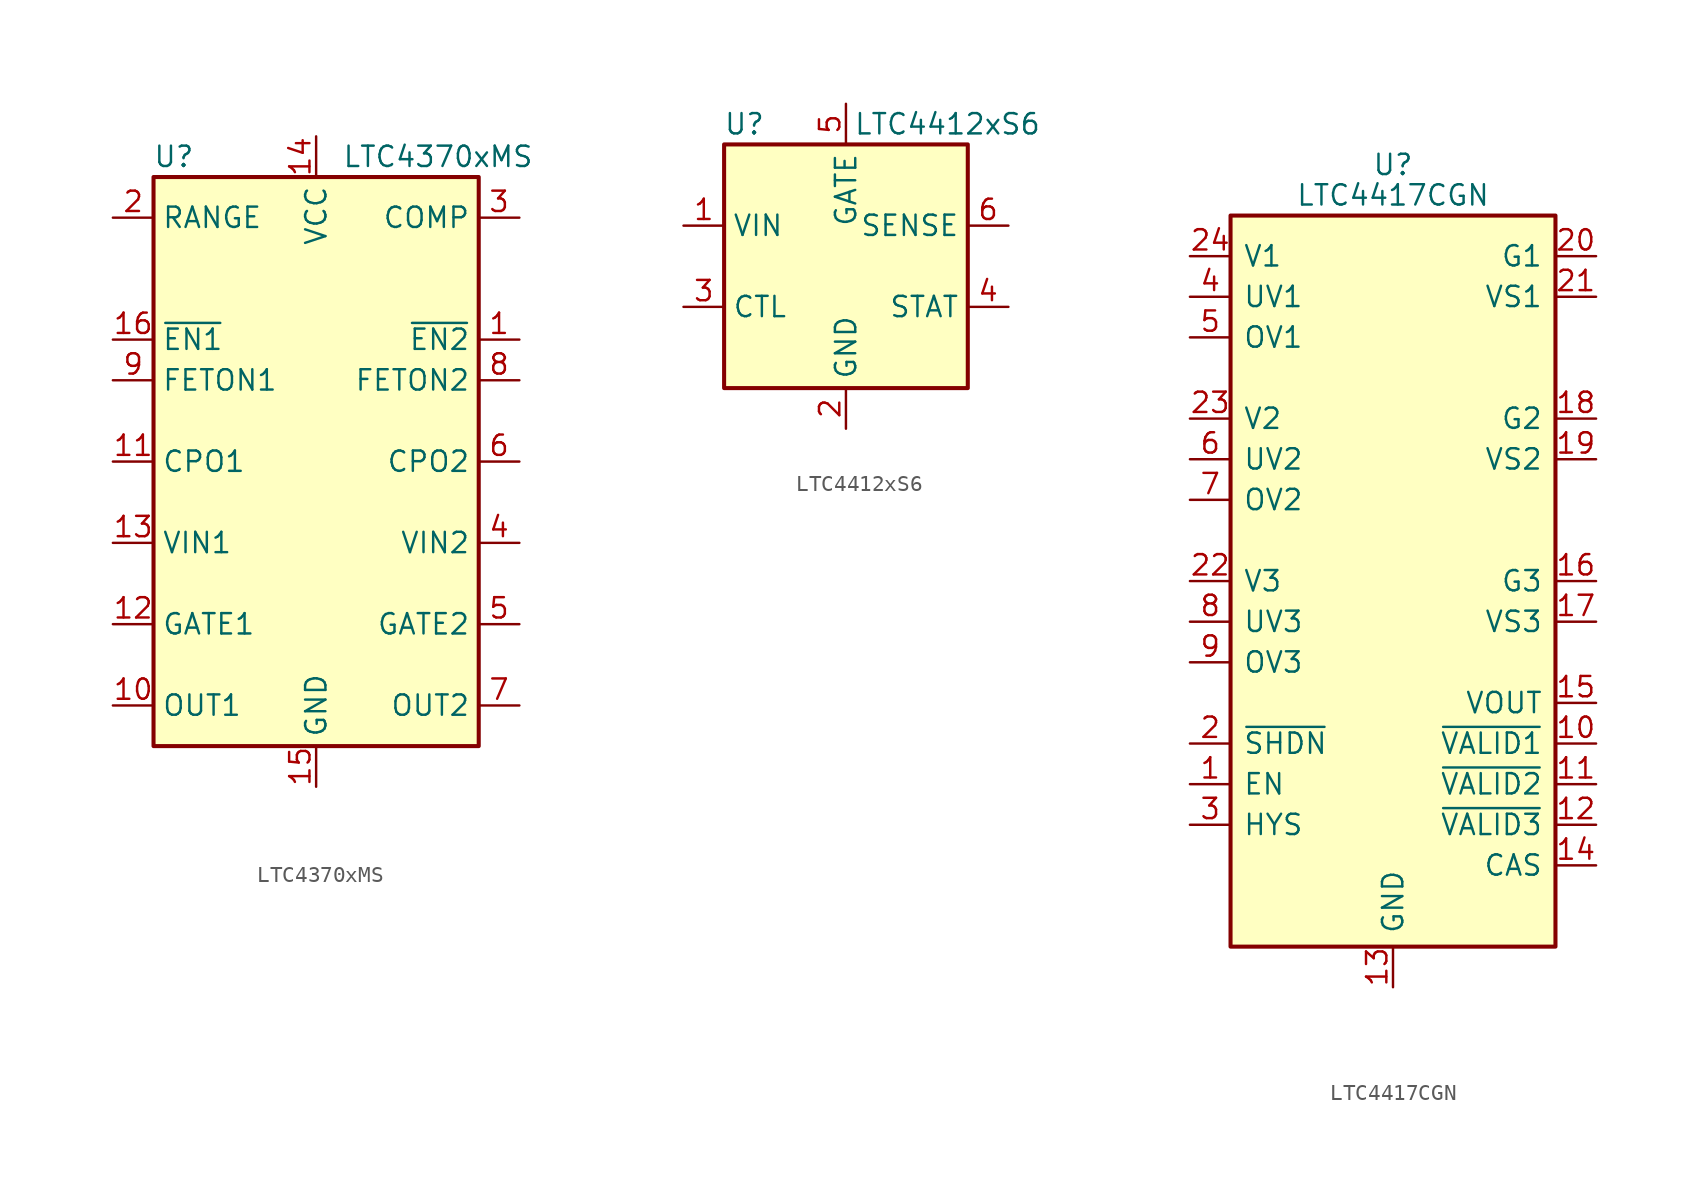
<source format=kicad_sym>
(kicad_symbol_lib
  (version 20211014)
  (generator kicad_symbol_editor)
  (symbol "LTC4370xMS"
    (property "Reference" "U"
      (at -8.89 19.05 0)
      (effects (font (size 1.27 1.27))))
    (property "Value" "LTC4370xMS"
      (at 7.62 19.05 0)
      (effects (font (size 1.27 1.27))))
    (symbol "LTC4370xMS_1_1"
      (rectangle (start -10.16 17.78) (end 10.16 -17.78) (stroke (width 0.254) (type default) (color 0 0 0 0)) (fill (type background)))
      (pin input line (at 12.7 7.62 180) (length 2.54) (name "~{EN2}" (effects (font (size 1.27 1.27)))) (number "1" (effects (font (size 1.27 1.27)))))
      (pin input line (at -12.7 -15.24 0) (length 2.54) (name "OUT1" (effects (font (size 1.27 1.27)))) (number "10" (effects (font (size 1.27 1.27)))))
      (pin passive line (at -12.7 0 0) (length 2.54) (name "CPO1" (effects (font (size 1.27 1.27)))) (number "11" (effects (font (size 1.27 1.27)))))
      (pin output line (at -12.7 -10.16 0) (length 2.54) (name "GATE1" (effects (font (size 1.27 1.27)))) (number "12" (effects (font (size 1.27 1.27)))))
      (pin power_in line (at -12.7 -5.08 0) (length 2.54) (name "VIN1" (effects (font (size 1.27 1.27)))) (number "13" (effects (font (size 1.27 1.27)))))
      (pin power_in line (at 0 20.32 270) (length 2.54) (name "VCC" (effects (font (size 1.27 1.27)))) (number "14" (effects (font (size 1.27 1.27)))))
      (pin power_in line (at 0 -20.32 90) (length 2.54) (name "GND" (effects (font (size 1.27 1.27)))) (number "15" (effects (font (size 1.27 1.27)))))
      (pin input line (at -12.7 7.62 0) (length 2.54) (name "~{EN1}" (effects (font (size 1.27 1.27)))) (number "16" (effects (font (size 1.27 1.27)))))
      (pin passive line (at -12.7 15.24 0) (length 2.54) (name "RANGE" (effects (font (size 1.27 1.27)))) (number "2" (effects (font (size 1.27 1.27)))))
      (pin passive line (at 12.7 15.24 180) (length 2.54) (name "COMP" (effects (font (size 1.27 1.27)))) (number "3" (effects (font (size 1.27 1.27)))))
      (pin power_in line (at 12.7 -5.08 180) (length 2.54) (name "VIN2" (effects (font (size 1.27 1.27)))) (number "4" (effects (font (size 1.27 1.27)))))
      (pin output line (at 12.7 -10.16 180) (length 2.54) (name "GATE2" (effects (font (size 1.27 1.27)))) (number "5" (effects (font (size 1.27 1.27)))))
      (pin passive line (at 12.7 0 180) (length 2.54) (name "CPO2" (effects (font (size 1.27 1.27)))) (number "6" (effects (font (size 1.27 1.27)))))
      (pin input line (at 12.7 -15.24 180) (length 2.54) (name "OUT2" (effects (font (size 1.27 1.27)))) (number "7" (effects (font (size 1.27 1.27)))))
      (pin open_collector line (at 12.7 5.08 180) (length 2.54) (name "FETON2" (effects (font (size 1.27 1.27)))) (number "8" (effects (font (size 1.27 1.27)))))
      (pin open_collector line (at -12.7 5.08 0) (length 2.54) (name "FETON1" (effects (font (size 1.27 1.27)))) (number "9" (effects (font (size 1.27 1.27)))))))
  (symbol "LTC4412xS6"
    (property "Reference" "U"
      (at -6.35 8.89 0)
      (effects (font (size 1.27 1.27))))
    (property "Value" "LTC4412xS6"
      (at 6.35 8.89 0)
      (effects (font (size 1.27 1.27))))
    (symbol "LTC4412xS6_0_1"
      (rectangle (start -7.62 7.62) (end 7.62 -7.62) (stroke (width 0.254) (type default) (color 0 0 0 0)) (fill (type background))))
    (symbol "LTC4412xS6_1_1"
      (pin power_in line (at -10.16 2.54 0) (length 2.54) (name "VIN" (effects (font (size 1.27 1.27)))) (number "1" (effects (font (size 1.27 1.27)))))
      (pin power_in line (at 0 -10.16 90) (length 2.54) (name "GND" (effects (font (size 1.27 1.27)))) (number "2" (effects (font (size 1.27 1.27)))))
      (pin input line (at -10.16 -2.54 0) (length 2.54) (name "CTL" (effects (font (size 1.27 1.27)))) (number "3" (effects (font (size 1.27 1.27)))))
      (pin open_collector line (at 10.16 -2.54 180) (length 2.54) (name "STAT" (effects (font (size 1.27 1.27)))) (number "4" (effects (font (size 1.27 1.27)))))
      (pin output line (at 0 10.16 270) (length 2.54) (name "GATE" (effects (font (size 1.27 1.27)))) (number "5" (effects (font (size 1.27 1.27)))))
      (pin input line (at 10.16 2.54 180) (length 2.54) (name "SENSE" (effects (font (size 1.27 1.27)))) (number "6" (effects (font (size 1.27 1.27)))))))
  (symbol "LTC4417CGN"
    (pin_names
      (offset 0.762))
    (property "Reference" "U"
      (at 0 26.035 0)
      (effects (font (size 1.27 1.27))))
    (property "Value" "LTC4417CGN"
      (at 0 24.13 0)
      (effects (font (size 1.27 1.27))))
    (symbol "LTC4417CGN_0_1"
      (rectangle (start -10.16 22.86) (end 10.16 -22.86) (stroke (width 0.254) (type default) (color 0 0 0 0)) (fill (type background))))
    (symbol "LTC4417CGN_1_1"
      (pin input line (at -12.7 -12.7 0) (length 2.54) (name "EN" (effects (font (size 1.27 1.27)))) (number "1" (effects (font (size 1.27 1.27)))))
      (pin open_collector line (at 12.7 -10.16 180) (length 2.54) (name "~{VALID1}" (effects (font (size 1.27 1.27)))) (number "10" (effects (font (size 1.27 1.27)))))
      (pin open_collector line (at 12.7 -12.7 180) (length 2.54) (name "~{VALID2}" (effects (font (size 1.27 1.27)))) (number "11" (effects (font (size 1.27 1.27)))))
      (pin open_collector line (at 12.7 -15.24 180) (length 2.54) (name "~{VALID3}" (effects (font (size 1.27 1.27)))) (number "12" (effects (font (size 1.27 1.27)))))
      (pin power_in line (at 0 -25.4 90) (length 2.54) (name "GND" (effects (font (size 1.27 1.27)))) (number "13" (effects (font (size 1.27 1.27)))))
      (pin output line (at 12.7 -17.78 180) (length 2.54) (name "CAS" (effects (font (size 1.27 1.27)))) (number "14" (effects (font (size 1.27 1.27)))))
      (pin output line (at 12.7 -7.62 180) (length 2.54) (name "VOUT" (effects (font (size 1.27 1.27)))) (number "15" (effects (font (size 1.27 1.27)))))
      (pin output line (at 12.7 0 180) (length 2.54) (name "G3" (effects (font (size 1.27 1.27)))) (number "16" (effects (font (size 1.27 1.27)))))
      (pin output line (at 12.7 -2.54 180) (length 2.54) (name "VS3" (effects (font (size 1.27 1.27)))) (number "17" (effects (font (size 1.27 1.27)))))
      (pin output line (at 12.7 10.16 180) (length 2.54) (name "G2" (effects (font (size 1.27 1.27)))) (number "18" (effects (font (size 1.27 1.27)))))
      (pin output line (at 12.7 7.62 180) (length 2.54) (name "VS2" (effects (font (size 1.27 1.27)))) (number "19" (effects (font (size 1.27 1.27)))))
      (pin input line (at -12.7 -10.16 0) (length 2.54) (name "~{SHDN}" (effects (font (size 1.27 1.27)))) (number "2" (effects (font (size 1.27 1.27)))))
      (pin output line (at 12.7 20.32 180) (length 2.54) (name "G1" (effects (font (size 1.27 1.27)))) (number "20" (effects (font (size 1.27 1.27)))))
      (pin output line (at 12.7 17.78 180) (length 2.54) (name "VS1" (effects (font (size 1.27 1.27)))) (number "21" (effects (font (size 1.27 1.27)))))
      (pin input line (at -12.7 0 0) (length 2.54) (name "V3" (effects (font (size 1.27 1.27)))) (number "22" (effects (font (size 1.27 1.27)))))
      (pin input line (at -12.7 10.16 0) (length 2.54) (name "V2" (effects (font (size 1.27 1.27)))) (number "23" (effects (font (size 1.27 1.27)))))
      (pin input line (at -12.7 20.32 0) (length 2.54) (name "V1" (effects (font (size 1.27 1.27)))) (number "24" (effects (font (size 1.27 1.27)))))
      (pin input line (at -12.7 -15.24 0) (length 2.54) (name "HYS" (effects (font (size 1.27 1.27)))) (number "3" (effects (font (size 1.27 1.27)))))
      (pin input line (at -12.7 17.78 0) (length 2.54) (name "UV1" (effects (font (size 1.27 1.27)))) (number "4" (effects (font (size 1.27 1.27)))))
      (pin input line (at -12.7 15.24 0) (length 2.54) (name "OV1" (effects (font (size 1.27 1.27)))) (number "5" (effects (font (size 1.27 1.27)))))
      (pin input line (at -12.7 7.62 0) (length 2.54) (name "UV2" (effects (font (size 1.27 1.27)))) (number "6" (effects (font (size 1.27 1.27)))))
      (pin input line (at -12.7 5.08 0) (length 2.54) (name "OV2" (effects (font (size 1.27 1.27)))) (number "7" (effects (font (size 1.27 1.27)))))
      (pin input line (at -12.7 -2.54 0) (length 2.54) (name "UV3" (effects (font (size 1.27 1.27)))) (number "8" (effects (font (size 1.27 1.27)))))
      (pin input line (at -12.7 -5.08 0) (length 2.54) (name "OV3" (effects (font (size 1.27 1.27)))) (number "9" (effects (font (size 1.27 1.27))))))))
</source>
